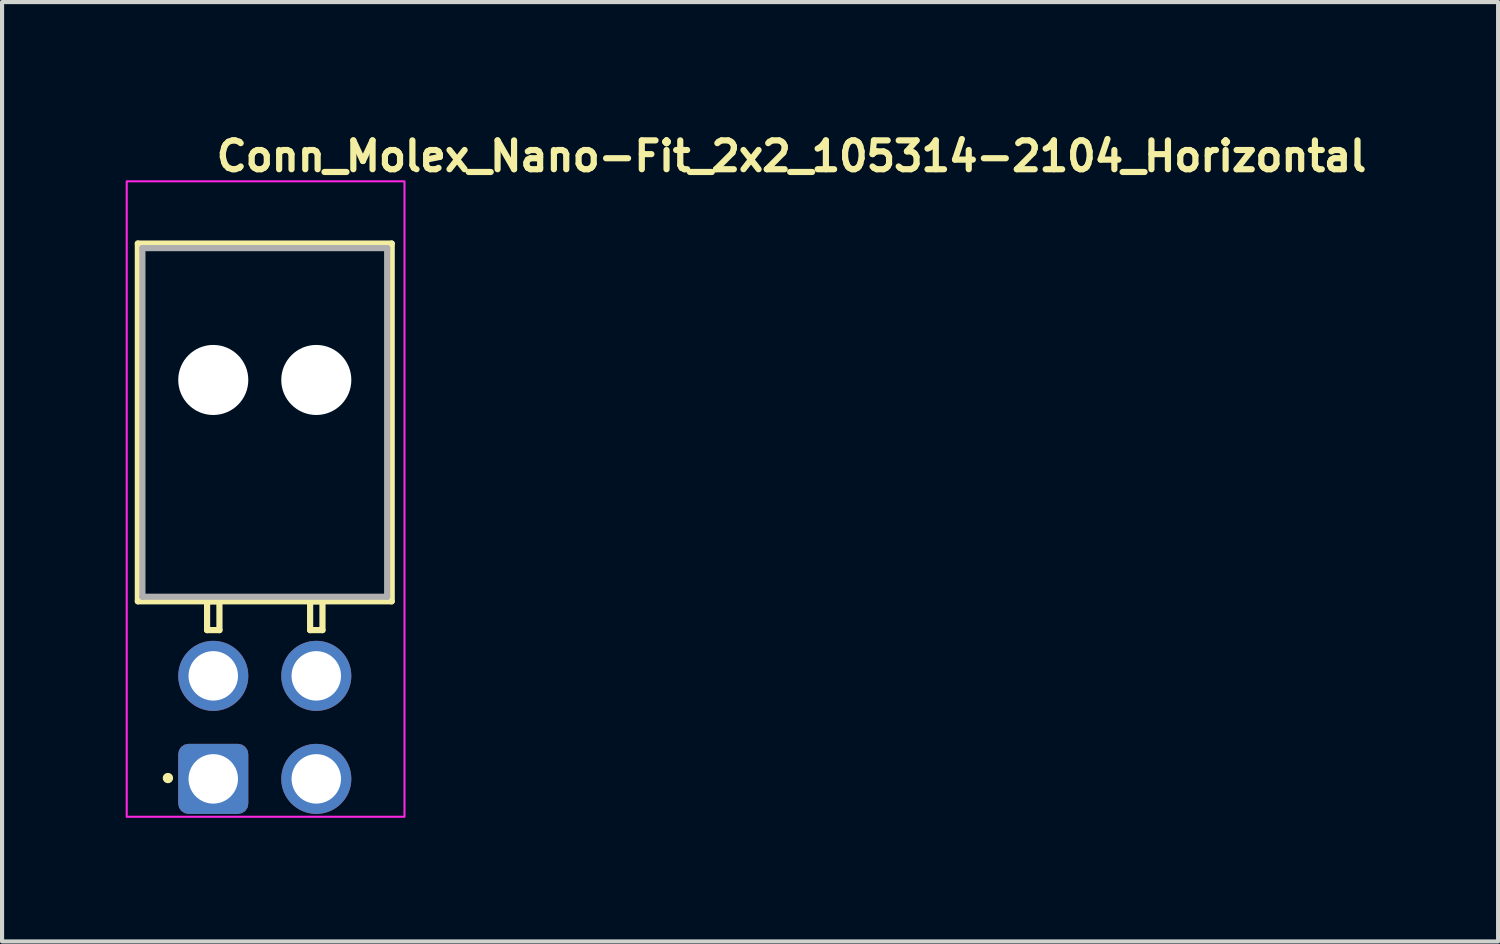
<source format=kicad_pcb>
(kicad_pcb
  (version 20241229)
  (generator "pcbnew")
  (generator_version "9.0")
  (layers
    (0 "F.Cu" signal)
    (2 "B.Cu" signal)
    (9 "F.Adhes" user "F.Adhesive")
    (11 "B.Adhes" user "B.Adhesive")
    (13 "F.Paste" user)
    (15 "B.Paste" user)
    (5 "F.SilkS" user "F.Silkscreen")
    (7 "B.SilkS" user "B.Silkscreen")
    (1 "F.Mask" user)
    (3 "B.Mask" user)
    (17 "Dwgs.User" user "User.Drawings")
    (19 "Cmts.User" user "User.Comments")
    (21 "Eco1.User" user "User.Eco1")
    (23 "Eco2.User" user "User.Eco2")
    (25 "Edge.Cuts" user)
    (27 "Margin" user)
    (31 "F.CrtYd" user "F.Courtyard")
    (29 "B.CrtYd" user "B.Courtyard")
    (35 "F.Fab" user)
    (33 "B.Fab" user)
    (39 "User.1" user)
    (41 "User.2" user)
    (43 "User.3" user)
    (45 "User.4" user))
  (footprint "Conn_Molex_Nano-Fit_2x2_105314-2104_Horizontal"
    (layer "F.Cu")
    (at 2.125 15.85)
    (property "Reference" "Conn_Molex_Nano-Fit_2x2_105314-2104_Horizontal" (at 0 -14.7 0) (layer "F.SilkS") (effects (font (size 0.7 0.7) (thickness 0.15)) (justify left bottom)))
    (attr through_hole)
    (fp_line (start -1.83 -12.99) (end -1.83 -4.309) (stroke (width 0.15) (type solid)) (layer "F.SilkS"))
    (fp_line (start -1.83 -4.309) (end 4.33 -4.309) (stroke (width 0.15) (type solid)) (layer "F.SilkS"))
    (fp_line (start -0.15 -4.309) (end -0.15 -3.61) (stroke (width 0.15) (type solid)) (layer "F.SilkS"))
    (fp_line (start -0.15 -3.61) (end 0.15 -3.61) (stroke (width 0.15) (type solid)) (layer "F.SilkS"))
    (fp_line (start 0.15 -4.309) (end -0.15 -4.309) (stroke (width 0.15) (type solid)) (layer "F.SilkS"))
    (fp_line (start 0.15 -3.61) (end 0.15 -4.309) (stroke (width 0.15) (type solid)) (layer "F.SilkS"))
    (fp_line (start 2.35 -4.309) (end 2.35 -3.61) (stroke (width 0.15) (type solid)) (layer "F.SilkS"))
    (fp_line (start 2.35 -3.61) (end 2.65 -3.61) (stroke (width 0.15) (type solid)) (layer "F.SilkS"))
    (fp_line (start 2.65 -4.309) (end 2.35 -4.309) (stroke (width 0.15) (type solid)) (layer "F.SilkS"))
    (fp_line (start 2.65 -3.61) (end 2.65 -4.309) (stroke (width 0.15) (type solid)) (layer "F.SilkS"))
    (fp_line (start 4.33 -12.99) (end -1.83 -12.99) (stroke (width 0.15) (type solid)) (layer "F.SilkS"))
    (fp_line (start 4.33 -4.309) (end 4.33 -12.99) (stroke (width 0.15) (type solid)) (layer "F.SilkS"))
    (fp_circle (center -1.1 -0.02) (end -1.05 -0.02) (stroke (width 0.15) (type solid)) (fill yes) (layer "F.SilkS"))
    (fp_rect (start 4.64 0.92) (end -2.1 -14.5) (stroke (width 0.05) (type solid)) (fill no) (layer "F.CrtYd"))
    (fp_line (start -1.72 -12.88) (end -1.72 -4.42) (stroke (width 0.15) (type solid)) (layer "F.Fab"))
    (fp_line (start -1.72 -4.42) (end 4.22 -4.42) (stroke (width 0.15) (type solid)) (layer "F.Fab"))
    (fp_line (start 4.22 -12.88) (end -1.72 -12.88) (stroke (width 0.15) (type solid)) (layer "F.Fab"))
    (fp_line (start 4.22 -4.42) (end 4.22 -12.88) (stroke (width 0.15) (type solid)) (layer "F.Fab"))
    (fp_rect (start 4.24 0.428) (end -1.7 -14.228) (stroke (width 0.1) (type solid)) (fill no) (layer "User.5"))
    (fp_line (start -1.7 -12.768) (end -1.7 -4.308) (stroke (width 0.02) (type solid)) (layer "User.9"))
    (fp_line (start -1.7 -4.308) (end 4.24 -4.308) (stroke (width 0.02) (type solid)) (layer "User.9"))
    (fp_line (start -1.33 -14.228) (end -1.129 -14.228) (stroke (width 0.02) (type solid)) (layer "User.9"))
    (fp_line (start -1.33 -12.768) (end -1.7 -12.768) (stroke (width 0.02) (type solid)) (layer "User.9"))
    (fp_line (start -1.33 -7.967) (end -1.33 -14.228) (stroke (width 0.02) (type solid)) (layer "User.9"))
    (fp_line (start -1.33 -7.967) (end -1.329 -7.958) (stroke (width 0.02) (type solid)) (layer "User.9"))
    (fp_line (start -1.33 -7.967) (end -1.129 -7.967) (stroke (width 0.02) (type solid)) (layer "User.9"))
    (fp_line (start -1.329 -7.958) (end -1.329 -7.948) (stroke (width 0.02) (type solid)) (layer "User.9"))
    (fp_line (start -1.329 -7.948) (end -1.327 -7.938) (stroke (width 0.02) (type solid)) (layer "User.9"))
    (fp_line (start -1.327 -7.938) (end -1.326 -7.929) (stroke (width 0.02) (type solid)) (layer "User.9"))
    (fp_line (start -1.326 -7.929) (end -1.323 -7.919) (stroke (width 0.02) (type solid)) (layer "User.9"))
    (fp_line (start -1.323 -7.919) (end -1.321 -7.91) (stroke (width 0.02) (type solid)) (layer "User.9"))
    (fp_line (start -1.321 -7.91) (end -1.318 -7.9) (stroke (width 0.02) (type solid)) (layer "User.9"))
    (fp_line (start -1.318 -7.9) (end -1.314 -7.892) (stroke (width 0.02) (type solid)) (layer "User.9"))
    (fp_line (start -1.314 -7.892) (end -1.31 -7.883) (stroke (width 0.02) (type solid)) (layer "User.9"))
    (fp_line (start -1.31 -7.883) (end -1.306 -7.874) (stroke (width 0.02) (type solid)) (layer "User.9"))
    (fp_line (start -1.306 -7.874) (end -1.301 -7.866) (stroke (width 0.02) (type solid)) (layer "User.9"))
    (fp_line (start -1.301 -7.866) (end -1.296 -7.857) (stroke (width 0.02) (type solid)) (layer "User.9"))
    (fp_line (start -1.296 -7.857) (end -1.29 -7.849) (stroke (width 0.02) (type solid)) (layer "User.9"))
    (fp_line (start -1.29 -7.849) (end -1.284 -7.841) (stroke (width 0.02) (type solid)) (layer "User.9"))
    (fp_line (start -1.284 -7.841) (end -1.278 -7.834) (stroke (width 0.02) (type solid)) (layer "User.9"))
    (fp_line (start -1.278 -7.834) (end -1.271 -7.827) (stroke (width 0.02) (type solid)) (layer "User.9"))
    (fp_line (start -1.271 -7.827) (end -1.271 -7.827) (stroke (width 0.02) (type solid)) (layer "User.9"))
    (fp_line (start -1.271 -7.827) (end -1.264 -7.82) (stroke (width 0.02) (type solid)) (layer "User.9"))
    (fp_line (start -1.264 -7.82) (end -1.256 -7.814) (stroke (width 0.02) (type solid)) (layer "User.9"))
    (fp_line (start -1.256 -7.814) (end -1.248 -7.807) (stroke (width 0.02) (type solid)) (layer "User.9"))
    (fp_line (start -1.248 -7.807) (end -1.24 -7.802) (stroke (width 0.02) (type solid)) (layer "User.9"))
    (fp_line (start -1.24 -7.802) (end -1.232 -7.797) (stroke (width 0.02) (type solid)) (layer "User.9"))
    (fp_line (start -1.232 -7.797) (end -1.224 -7.792) (stroke (width 0.02) (type solid)) (layer "User.9"))
    (fp_line (start -1.224 -7.792) (end -1.215 -7.787) (stroke (width 0.02) (type solid)) (layer "User.9"))
    (fp_line (start -1.215 -7.787) (end -1.206 -7.783) (stroke (width 0.02) (type solid)) (layer "User.9"))
    (fp_line (start -1.206 -7.783) (end -1.197 -7.78) (stroke (width 0.02) (type solid)) (layer "User.9"))
    (fp_line (start -1.197 -7.78) (end -1.188 -7.777) (stroke (width 0.02) (type solid)) (layer "User.9"))
    (fp_line (start -1.188 -7.777) (end -1.178 -7.774) (stroke (width 0.02) (type solid)) (layer "User.9"))
    (fp_line (start -1.178 -7.774) (end -1.169 -7.772) (stroke (width 0.02) (type solid)) (layer "User.9"))
    (fp_line (start -1.169 -7.772) (end -1.159 -7.77) (stroke (width 0.02) (type solid)) (layer "User.9"))
    (fp_line (start -1.159 -7.77) (end -1.149 -7.769) (stroke (width 0.02) (type solid)) (layer "User.9"))
    (fp_line (start -1.149 -7.769) (end -1.139 -7.768) (stroke (width 0.02) (type solid)) (layer "User.9"))
    (fp_line (start -1.139 -7.768) (end -1.129 -7.768) (stroke (width 0.02) (type solid)) (layer "User.9"))
    (fp_line (start -0.297 -0.506) (end -0.297 -4.308) (stroke (width 0.02) (type solid)) (layer "User.9"))
    (fp_line (start -0.297 0.154) (end -0.297 -0.506) (stroke (width 0.02) (type solid)) (layer "User.9"))
    (fp_line (start -0.297 0.154) (end -0.297 0.154) (stroke (width 0.02) (type solid)) (layer "User.9"))
    (fp_line (start -0.297 0.224) (end -0.297 0.154) (stroke (width 0.02) (type solid)) (layer "User.9"))
    (fp_line (start -0.297 0.224) (end -0.297 0.224) (stroke (width 0.02) (type solid)) (layer "User.9"))
    (fp_line (start -0.297 0.285) (end -0.297 0.224) (stroke (width 0.02) (type solid)) (layer "User.9"))
    (fp_line (start -0.297 0.285) (end -0.297 0.285) (stroke (width 0.02) (type solid)) (layer "User.9"))
    (fp_line (start -0.297 0.336) (end -0.297 0.285) (stroke (width 0.02) (type solid)) (layer "User.9"))
    (fp_line (start -0.297 0.336) (end -0.297 0.336) (stroke (width 0.02) (type solid)) (layer "User.9"))
    (fp_line (start -0.297 0.376) (end -0.297 0.336) (stroke (width 0.02) (type solid)) (layer "User.9"))
    (fp_line (start -0.297 0.376) (end -0.297 0.376) (stroke (width 0.02) (type solid)) (layer "User.9"))
    (fp_line (start -0.297 0.405) (end -0.297 0.376) (stroke (width 0.02) (type solid)) (layer "User.9"))
    (fp_line (start -0.297 0.405) (end -0.297 0.405) (stroke (width 0.02) (type solid)) (layer "User.9"))
    (fp_line (start -0.297 0.422) (end -0.297 0.405) (stroke (width 0.02) (type solid)) (layer "User.9"))
    (fp_line (start -0.297 0.422) (end -0.297 0.422) (stroke (width 0.02) (type solid)) (layer "User.9"))
    (fp_line (start -0.297 0.428) (end -0.297 0.422) (stroke (width 0.02) (type solid)) (layer "User.9"))
    (fp_line (start 0.12 -12.651) (end 0.12 -12.638) (stroke (width 0.02) (type solid)) (layer "User.9"))
    (fp_line (start 0.12 -7.967) (end 0.12 -12.638) (stroke (width 0.02) (type solid)) (layer "User.9"))
    (fp_line (start 0.12 -7.768) (end -1.129 -7.768) (stroke (width 0.02) (type solid)) (layer "User.9"))
    (fp_line (start 0.12 -7.768) (end 0.12 -7.967) (stroke (width 0.02) (type solid)) (layer "User.9"))
    (fp_line (start 0.121 -12.663) (end 0.12 -12.651) (stroke (width 0.02) (type solid)) (layer "User.9"))
    (fp_line (start 0.122 -12.675) (end 0.121 -12.663) (stroke (width 0.02) (type solid)) (layer "User.9"))
    (fp_line (start 0.124 -12.687) (end 0.122 -12.675) (stroke (width 0.02) (type solid)) (layer "User.9"))
    (fp_line (start 0.127 -12.699) (end 0.124 -12.687) (stroke (width 0.02) (type solid)) (layer "User.9"))
    (fp_line (start 0.13 -12.711) (end 0.127 -12.699) (stroke (width 0.02) (type solid)) (layer "User.9"))
    (fp_line (start 0.134 -12.722) (end 0.13 -12.711) (stroke (width 0.02) (type solid)) (layer "User.9"))
    (fp_line (start 0.139 -12.734) (end 0.134 -12.722) (stroke (width 0.02) (type solid)) (layer "User.9"))
    (fp_line (start 0.143 -12.745) (end 0.139 -12.734) (stroke (width 0.02) (type solid)) (layer "User.9"))
    (fp_line (start 0.149 -12.756) (end 0.143 -12.745) (stroke (width 0.02) (type solid)) (layer "User.9"))
    (fp_line (start 0.155 -12.767) (end 0.149 -12.756) (stroke (width 0.02) (type solid)) (layer "User.9"))
    (fp_line (start 0.162 -12.777) (end 0.155 -12.767) (stroke (width 0.02) (type solid)) (layer "User.9"))
    (fp_line (start 0.169 -12.787) (end 0.162 -12.777) (stroke (width 0.02) (type solid)) (layer "User.9"))
    (fp_line (start 0.176 -12.797) (end 0.169 -12.787) (stroke (width 0.02) (type solid)) (layer "User.9"))
    (fp_line (start 0.184 -12.806) (end 0.176 -12.797) (stroke (width 0.02) (type solid)) (layer "User.9"))
    (fp_line (start 0.193 -12.815) (end 0.184 -12.806) (stroke (width 0.02) (type solid)) (layer "User.9"))
    (fp_line (start 0.193 -12.815) (end 0.193 -12.815) (stroke (width 0.02) (type solid)) (layer "User.9"))
    (fp_line (start 0.202 -12.824) (end 0.193 -12.815) (stroke (width 0.02) (type solid)) (layer "User.9"))
    (fp_line (start 0.211 -12.832) (end 0.202 -12.824) (stroke (width 0.02) (type solid)) (layer "User.9"))
    (fp_line (start 0.221 -12.839) (end 0.211 -12.832) (stroke (width 0.02) (type solid)) (layer "User.9"))
    (fp_line (start 0.231 -12.846) (end 0.221 -12.839) (stroke (width 0.02) (type solid)) (layer "User.9"))
    (fp_line (start 0.241 -12.853) (end 0.231 -12.846) (stroke (width 0.02) (type solid)) (layer "User.9"))
    (fp_line (start 0.252 -12.859) (end 0.241 -12.853) (stroke (width 0.02) (type solid)) (layer "User.9"))
    (fp_line (start 0.263 -12.864) (end 0.252 -12.859) (stroke (width 0.02) (type solid)) (layer "User.9"))
    (fp_line (start 0.274 -12.869) (end 0.263 -12.864) (stroke (width 0.02) (type solid)) (layer "User.9"))
    (fp_line (start 0.285 -12.874) (end 0.274 -12.869) (stroke (width 0.02) (type solid)) (layer "User.9"))
    (fp_line (start 0.297 -12.877) (end 0.285 -12.874) (stroke (width 0.02) (type solid)) (layer "User.9"))
    (fp_line (start 0.309 -12.881) (end 0.297 -12.877) (stroke (width 0.02) (type solid)) (layer "User.9"))
    (fp_line (start 0.321 -12.883) (end 0.309 -12.881) (stroke (width 0.02) (type solid)) (layer "User.9"))
    (fp_line (start 0.333 -12.885) (end 0.321 -12.883) (stroke (width 0.02) (type solid)) (layer "User.9"))
    (fp_line (start 0.337 -0.506) (end 0.337 -4.308) (stroke (width 0.02) (type solid)) (layer "User.9"))
    (fp_line (start 0.337 0.154) (end 0.337 -0.506) (stroke (width 0.02) (type solid)) (layer "User.9"))
    (fp_line (start 0.337 0.154) (end 0.337 0.154) (stroke (width 0.02) (type solid)) (layer "User.9"))
    (fp_line (start 0.337 0.224) (end 0.337 0.154) (stroke (width 0.02) (type solid)) (layer "User.9"))
    (fp_line (start 0.337 0.224) (end 0.337 0.224) (stroke (width 0.02) (type solid)) (layer "User.9"))
    (fp_line (start 0.337 0.285) (end 0.337 0.224) (stroke (width 0.02) (type solid)) (layer "User.9"))
    (fp_line (start 0.337 0.285) (end 0.337 0.285) (stroke (width 0.02) (type solid)) (layer "User.9"))
    (fp_line (start 0.337 0.336) (end 0.337 0.285) (stroke (width 0.02) (type solid)) (layer "User.9"))
    (fp_line (start 0.337 0.336) (end 0.337 0.336) (stroke (width 0.02) (type solid)) (layer "User.9"))
    (fp_line (start 0.337 0.376) (end 0.337 0.336) (stroke (width 0.02) (type solid)) (layer "User.9"))
    (fp_line (start 0.337 0.376) (end 0.337 0.376) (stroke (width 0.02) (type solid)) (layer "User.9"))
    (fp_line (start 0.337 0.405) (end 0.337 0.376) (stroke (width 0.02) (type solid)) (layer "User.9"))
    (fp_line (start 0.337 0.405) (end 0.337 0.405) (stroke (width 0.02) (type solid)) (layer "User.9"))
    (fp_line (start 0.337 0.422) (end 0.337 0.405) (stroke (width 0.02) (type solid)) (layer "User.9"))
    (fp_line (start 0.337 0.422) (end 0.337 0.422) (stroke (width 0.02) (type solid)) (layer "User.9"))
    (fp_line (start 0.337 0.428) (end -0.297 0.428) (stroke (width 0.02) (type solid)) (layer "User.9"))
    (fp_line (start 0.337 0.428) (end 0.337 0.422) (stroke (width 0.02) (type solid)) (layer "User.9"))
    (fp_line (start 0.345 -12.887) (end 0.333 -12.885) (stroke (width 0.02) (type solid)) (layer "User.9"))
    (fp_line (start 0.357 -12.888) (end 0.345 -12.887) (stroke (width 0.02) (type solid)) (layer "User.9"))
    (fp_line (start 0.37 -12.888) (end 0.357 -12.888) (stroke (width 0.02) (type solid)) (layer "User.9"))
    (fp_line (start 2.17 -12.888) (end 0.37 -12.888) (stroke (width 0.02) (type solid)) (layer "User.9"))
    (fp_line (start 2.182 -12.888) (end 2.17 -12.888) (stroke (width 0.02) (type solid)) (layer "User.9"))
    (fp_line (start 2.194 -12.887) (end 2.182 -12.888) (stroke (width 0.02) (type solid)) (layer "User.9"))
    (fp_line (start 2.202 -0.506) (end 2.202 -4.308) (stroke (width 0.02) (type solid)) (layer "User.9"))
    (fp_line (start 2.202 0.154) (end 2.202 -0.506) (stroke (width 0.02) (type solid)) (layer "User.9"))
    (fp_line (start 2.202 0.154) (end 2.202 0.154) (stroke (width 0.02) (type solid)) (layer "User.9"))
    (fp_line (start 2.202 0.224) (end 2.202 0.154) (stroke (width 0.02) (type solid)) (layer "User.9"))
    (fp_line (start 2.202 0.224) (end 2.202 0.224) (stroke (width 0.02) (type solid)) (layer "User.9"))
    (fp_line (start 2.202 0.285) (end 2.202 0.224) (stroke (width 0.02) (type solid)) (layer "User.9"))
    (fp_line (start 2.202 0.285) (end 2.202 0.285) (stroke (width 0.02) (type solid)) (layer "User.9"))
    (fp_line (start 2.202 0.336) (end 2.202 0.285) (stroke (width 0.02) (type solid)) (layer "User.9"))
    (fp_line (start 2.202 0.336) (end 2.202 0.336) (stroke (width 0.02) (type solid)) (layer "User.9"))
    (fp_line (start 2.202 0.376) (end 2.202 0.336) (stroke (width 0.02) (type solid)) (layer "User.9"))
    (fp_line (start 2.202 0.376) (end 2.202 0.376) (stroke (width 0.02) (type solid)) (layer "User.9"))
    (fp_line (start 2.202 0.405) (end 2.202 0.376) (stroke (width 0.02) (type solid)) (layer "User.9"))
    (fp_line (start 2.202 0.405) (end 2.202 0.405) (stroke (width 0.02) (type solid)) (layer "User.9"))
    (fp_line (start 2.202 0.422) (end 2.202 0.405) (stroke (width 0.02) (type solid)) (layer "User.9"))
    (fp_line (start 2.202 0.422) (end 2.202 0.422) (stroke (width 0.02) (type solid)) (layer "User.9"))
    (fp_line (start 2.202 0.428) (end 2.202 0.422) (stroke (width 0.02) (type solid)) (layer "User.9"))
    (fp_line (start 2.206 -12.885) (end 2.194 -12.887) (stroke (width 0.02) (type solid)) (layer "User.9"))
    (fp_line (start 2.219 -12.883) (end 2.206 -12.885) (stroke (width 0.02) (type solid)) (layer "User.9"))
    (fp_line (start 2.23 -12.881) (end 2.219 -12.883) (stroke (width 0.02) (type solid)) (layer "User.9"))
    (fp_line (start 2.242 -12.877) (end 2.23 -12.881) (stroke (width 0.02) (type solid)) (layer "User.9"))
    (fp_line (start 2.254 -12.874) (end 2.242 -12.877) (stroke (width 0.02) (type solid)) (layer "User.9"))
    (fp_line (start 2.265 -12.869) (end 2.254 -12.874) (stroke (width 0.02) (type solid)) (layer "User.9"))
    (fp_line (start 2.276 -12.864) (end 2.265 -12.869) (stroke (width 0.02) (type solid)) (layer "User.9"))
    (fp_line (start 2.287 -12.859) (end 2.276 -12.864) (stroke (width 0.02) (type solid)) (layer "User.9"))
    (fp_line (start 2.298 -12.853) (end 2.287 -12.859) (stroke (width 0.02) (type solid)) (layer "User.9"))
    (fp_line (start 2.308 -12.846) (end 2.298 -12.853) (stroke (width 0.02) (type solid)) (layer "User.9"))
    (fp_line (start 2.318 -12.839) (end 2.308 -12.846) (stroke (width 0.02) (type solid)) (layer "User.9"))
    (fp_line (start 2.328 -12.832) (end 2.318 -12.839) (stroke (width 0.02) (type solid)) (layer "User.9"))
    (fp_line (start 2.337 -12.824) (end 2.328 -12.832) (stroke (width 0.02) (type solid)) (layer "User.9"))
    (fp_line (start 2.346 -12.815) (end 2.337 -12.824) (stroke (width 0.02) (type solid)) (layer "User.9"))
    (fp_line (start 2.346 -12.815) (end 2.346 -12.815) (stroke (width 0.02) (type solid)) (layer "User.9"))
    (fp_line (start 2.355 -12.806) (end 2.346 -12.815) (stroke (width 0.02) (type solid)) (layer "User.9"))
    (fp_line (start 2.363 -12.797) (end 2.355 -12.806) (stroke (width 0.02) (type solid)) (layer "User.9"))
    (fp_line (start 2.37 -12.787) (end 2.363 -12.797) (stroke (width 0.02) (type solid)) (layer "User.9"))
    (fp_line (start 2.377 -12.777) (end 2.37 -12.787) (stroke (width 0.02) (type solid)) (layer "User.9"))
    (fp_line (start 2.383 -12.768) (end 0.156 -12.768) (stroke (width 0.02) (type solid)) (layer "User.9"))
    (fp_line (start 2.384 -12.767) (end 2.377 -12.777) (stroke (width 0.02) (type solid)) (layer "User.9"))
    (fp_line (start 2.39 -12.756) (end 2.384 -12.767) (stroke (width 0.02) (type solid)) (layer "User.9"))
    (fp_line (start 2.396 -12.745) (end 2.39 -12.756) (stroke (width 0.02) (type solid)) (layer "User.9"))
    (fp_line (start 2.4 -12.734) (end 2.396 -12.745) (stroke (width 0.02) (type solid)) (layer "User.9"))
    (fp_line (start 2.405 -12.722) (end 2.4 -12.734) (stroke (width 0.02) (type solid)) (layer "User.9"))
    (fp_line (start 2.409 -12.711) (end 2.405 -12.722) (stroke (width 0.02) (type solid)) (layer "User.9"))
    (fp_line (start 2.412 -12.699) (end 2.409 -12.711) (stroke (width 0.02) (type solid)) (layer "User.9"))
    (fp_line (start 2.415 -12.687) (end 2.412 -12.699) (stroke (width 0.02) (type solid)) (layer "User.9"))
    (fp_line (start 2.417 -12.675) (end 2.415 -12.687) (stroke (width 0.02) (type solid)) (layer "User.9"))
    (fp_line (start 2.418 -12.663) (end 2.417 -12.675) (stroke (width 0.02) (type solid)) (layer "User.9"))
    (fp_line (start 2.419 -12.651) (end 2.418 -12.663) (stroke (width 0.02) (type solid)) (layer "User.9"))
    (fp_line (start 2.42 -12.638) (end 2.419 -12.651) (stroke (width 0.02) (type solid)) (layer "User.9"))
    (fp_line (start 2.42 -8.228) (end 0.12 -8.228) (stroke (width 0.02) (type solid)) (layer "User.9"))
    (fp_line (start 2.42 -7.967) (end 2.42 -12.638) (stroke (width 0.02) (type solid)) (layer "User.9"))
    (fp_line (start 2.42 -7.768) (end 0.12 -7.768) (stroke (width 0.02) (type solid)) (layer "User.9"))
    (fp_line (start 2.42 -7.768) (end 2.42 -7.967) (stroke (width 0.02) (type solid)) (layer "User.9"))
    (fp_line (start 2.837 -0.506) (end 2.837 -4.308) (stroke (width 0.02) (type solid)) (layer "User.9"))
    (fp_line (start 2.837 0.154) (end 2.837 -0.506) (stroke (width 0.02) (type solid)) (layer "User.9"))
    (fp_line (start 2.837 0.154) (end 2.837 0.154) (stroke (width 0.02) (type solid)) (layer "User.9"))
    (fp_line (start 2.837 0.224) (end 2.837 0.154) (stroke (width 0.02) (type solid)) (layer "User.9"))
    (fp_line (start 2.837 0.224) (end 2.837 0.224) (stroke (width 0.02) (type solid)) (layer "User.9"))
    (fp_line (start 2.837 0.285) (end 2.837 0.224) (stroke (width 0.02) (type solid)) (layer "User.9"))
    (fp_line (start 2.837 0.285) (end 2.837 0.285) (stroke (width 0.02) (type solid)) (layer "User.9"))
    (fp_line (start 2.837 0.336) (end 2.837 0.285) (stroke (width 0.02) (type solid)) (layer "User.9"))
    (fp_line (start 2.837 0.336) (end 2.837 0.336) (stroke (width 0.02) (type solid)) (layer "User.9"))
    (fp_line (start 2.837 0.376) (end 2.837 0.336) (stroke (width 0.02) (type solid)) (layer "User.9"))
    (fp_line (start 2.837 0.376) (end 2.837 0.376) (stroke (width 0.02) (type solid)) (layer "User.9"))
    (fp_line (start 2.837 0.405) (end 2.837 0.376) (stroke (width 0.02) (type solid)) (layer "User.9"))
    (fp_line (start 2.837 0.405) (end 2.837 0.405) (stroke (width 0.02) (type solid)) (layer "User.9"))
    (fp_line (start 2.837 0.422) (end 2.837 0.405) (stroke (width 0.02) (type solid)) (layer "User.9"))
    (fp_line (start 2.837 0.422) (end 2.837 0.422) (stroke (width 0.02) (type solid)) (layer "User.9"))
    (fp_line (start 2.837 0.428) (end 2.202 0.428) (stroke (width 0.02) (type solid)) (layer "User.9"))
    (fp_line (start 2.837 0.428) (end 2.837 0.422) (stroke (width 0.02) (type solid)) (layer "User.9"))
    (fp_line (start 3.67 -14.228) (end -1.129 -14.228) (stroke (width 0.02) (type solid)) (layer "User.9"))
    (fp_line (start 3.67 -14.228) (end 3.87 -14.228) (stroke (width 0.02) (type solid)) (layer "User.9"))
    (fp_line (start 3.67 -7.768) (end 2.42 -7.768) (stroke (width 0.02) (type solid)) (layer "User.9"))
    (fp_line (start 3.679 -7.768) (end 3.67 -7.768) (stroke (width 0.02) (type solid)) (layer "User.9"))
    (fp_line (start 3.679 -7.768) (end 3.67 -7.768) (stroke (width 0.02) (type solid)) (layer "User.9"))
    (fp_line (start 3.689 -7.769) (end 3.679 -7.768) (stroke (width 0.02) (type solid)) (layer "User.9"))
    (fp_line (start 3.689 -7.769) (end 3.679 -7.768) (stroke (width 0.02) (type solid)) (layer "User.9"))
    (fp_line (start 3.699 -7.77) (end 3.689 -7.769) (stroke (width 0.02) (type solid)) (layer "User.9"))
    (fp_line (start 3.699 -7.77) (end 3.689 -7.769) (stroke (width 0.02) (type solid)) (layer "User.9"))
    (fp_line (start 3.709 -7.772) (end 3.699 -7.77) (stroke (width 0.02) (type solid)) (layer "User.9"))
    (fp_line (start 3.709 -7.772) (end 3.699 -7.77) (stroke (width 0.02) (type solid)) (layer "User.9"))
    (fp_line (start 3.718 -7.774) (end 3.709 -7.772) (stroke (width 0.02) (type solid)) (layer "User.9"))
    (fp_line (start 3.718 -7.774) (end 3.709 -7.772) (stroke (width 0.02) (type solid)) (layer "User.9"))
    (fp_line (start 3.728 -7.777) (end 3.718 -7.774) (stroke (width 0.02) (type solid)) (layer "User.9"))
    (fp_line (start 3.728 -7.777) (end 3.718 -7.774) (stroke (width 0.02) (type solid)) (layer "User.9"))
    (fp_line (start 3.737 -7.78) (end 3.728 -7.777) (stroke (width 0.02) (type solid)) (layer "User.9"))
    (fp_line (start 3.737 -7.78) (end 3.728 -7.777) (stroke (width 0.02) (type solid)) (layer "User.9"))
    (fp_line (start 3.746 -7.783) (end 3.737 -7.78) (stroke (width 0.02) (type solid)) (layer "User.9"))
    (fp_line (start 3.746 -7.783) (end 3.737 -7.78) (stroke (width 0.02) (type solid)) (layer "User.9"))
    (fp_line (start 3.755 -7.787) (end 3.746 -7.783) (stroke (width 0.02) (type solid)) (layer "User.9"))
    (fp_line (start 3.755 -7.787) (end 3.746 -7.783) (stroke (width 0.02) (type solid)) (layer "User.9"))
    (fp_line (start 3.764 -7.792) (end 3.755 -7.787) (stroke (width 0.02) (type solid)) (layer "User.9"))
    (fp_line (start 3.764 -7.792) (end 3.755 -7.787) (stroke (width 0.02) (type solid)) (layer "User.9"))
    (fp_line (start 3.772 -7.797) (end 3.764 -7.792) (stroke (width 0.02) (type solid)) (layer "User.9"))
    (fp_line (start 3.772 -7.797) (end 3.764 -7.792) (stroke (width 0.02) (type solid)) (layer "User.9"))
    (fp_line (start 3.78 -7.802) (end 3.772 -7.797) (stroke (width 0.02) (type solid)) (layer "User.9"))
    (fp_line (start 3.78 -7.802) (end 3.772 -7.797) (stroke (width 0.02) (type solid)) (layer "User.9"))
    (fp_line (start 3.788 -7.807) (end 3.78 -7.802) (stroke (width 0.02) (type solid)) (layer "User.9"))
    (fp_line (start 3.788 -7.807) (end 3.78 -7.802) (stroke (width 0.02) (type solid)) (layer "User.9"))
    (fp_line (start 3.796 -7.814) (end 3.788 -7.807) (stroke (width 0.02) (type solid)) (layer "User.9"))
    (fp_line (start 3.796 -7.814) (end 3.788 -7.807) (stroke (width 0.02) (type solid)) (layer "User.9"))
    (fp_line (start 3.804 -7.82) (end 3.796 -7.814) (stroke (width 0.02) (type solid)) (layer "User.9"))
    (fp_line (start 3.804 -7.82) (end 3.796 -7.814) (stroke (width 0.02) (type solid)) (layer "User.9"))
    (fp_line (start 3.811 -7.827) (end 3.804 -7.82) (stroke (width 0.02) (type solid)) (layer "User.9"))
    (fp_line (start 3.811 -7.827) (end 3.804 -7.82) (stroke (width 0.02) (type solid)) (layer "User.9"))
    (fp_line (start 3.811 -7.827) (end 3.811 -7.827) (stroke (width 0.02) (type solid)) (layer "User.9"))
    (fp_line (start 3.811 -7.827) (end 3.811 -7.827) (stroke (width 0.02) (type solid)) (layer "User.9"))
    (fp_line (start 3.818 -7.834) (end 3.811 -7.827) (stroke (width 0.02) (type solid)) (layer "User.9"))
    (fp_line (start 3.818 -7.834) (end 3.811 -7.827) (stroke (width 0.02) (type solid)) (layer "User.9"))
    (fp_line (start 3.824 -7.841) (end 3.818 -7.834) (stroke (width 0.02) (type solid)) (layer "User.9"))
    (fp_line (start 3.824 -7.841) (end 3.818 -7.834) (stroke (width 0.02) (type solid)) (layer "User.9"))
    (fp_line (start 3.83 -7.849) (end 3.824 -7.841) (stroke (width 0.02) (type solid)) (layer "User.9"))
    (fp_line (start 3.83 -7.849) (end 3.824 -7.841) (stroke (width 0.02) (type solid)) (layer "User.9"))
    (fp_line (start 3.836 -7.857) (end 3.83 -7.849) (stroke (width 0.02) (type solid)) (layer "User.9"))
    (fp_line (start 3.836 -7.857) (end 3.83 -7.849) (stroke (width 0.02) (type solid)) (layer "User.9"))
    (fp_line (start 3.841 -7.866) (end 3.836 -7.857) (stroke (width 0.02) (type solid)) (layer "User.9"))
    (fp_line (start 3.841 -7.866) (end 3.836 -7.857) (stroke (width 0.02) (type solid)) (layer "User.9"))
    (fp_line (start 3.846 -7.874) (end 3.841 -7.866) (stroke (width 0.02) (type solid)) (layer "User.9"))
    (fp_line (start 3.846 -7.874) (end 3.841 -7.866) (stroke (width 0.02) (type solid)) (layer "User.9"))
    (fp_line (start 3.85 -7.883) (end 3.846 -7.874) (stroke (width 0.02) (type solid)) (layer "User.9"))
    (fp_line (start 3.85 -7.883) (end 3.846 -7.874) (stroke (width 0.02) (type solid)) (layer "User.9"))
    (fp_line (start 3.854 -7.892) (end 3.85 -7.883) (stroke (width 0.02) (type solid)) (layer "User.9"))
    (fp_line (start 3.854 -7.892) (end 3.85 -7.883) (stroke (width 0.02) (type solid)) (layer "User.9"))
    (fp_line (start 3.858 -7.9) (end 3.854 -7.892) (stroke (width 0.02) (type solid)) (layer "User.9"))
    (fp_line (start 3.858 -7.9) (end 3.854 -7.892) (stroke (width 0.02) (type solid)) (layer "User.9"))
    (fp_line (start 3.861 -7.91) (end 3.858 -7.9) (stroke (width 0.02) (type solid)) (layer "User.9"))
    (fp_line (start 3.861 -7.91) (end 3.858 -7.9) (stroke (width 0.02) (type solid)) (layer "User.9"))
    (fp_line (start 3.863 -7.919) (end 3.861 -7.91) (stroke (width 0.02) (type solid)) (layer "User.9"))
    (fp_line (start 3.863 -7.919) (end 3.861 -7.91) (stroke (width 0.02) (type solid)) (layer "User.9"))
    (fp_line (start 3.866 -7.929) (end 3.863 -7.919) (stroke (width 0.02) (type solid)) (layer "User.9"))
    (fp_line (start 3.866 -7.929) (end 3.863 -7.919) (stroke (width 0.02) (type solid)) (layer "User.9"))
    (fp_line (start 3.867 -7.938) (end 3.866 -7.929) (stroke (width 0.02) (type solid)) (layer "User.9"))
    (fp_line (start 3.867 -7.938) (end 3.866 -7.929) (stroke (width 0.02) (type solid)) (layer "User.9"))
    (fp_line (start 3.869 -7.958) (end 3.869 -7.948) (stroke (width 0.02) (type solid)) (layer "User.9"))
    (fp_line (start 3.869 -7.958) (end 3.869 -7.948) (stroke (width 0.02) (type solid)) (layer "User.9"))
    (fp_line (start 3.869 -7.948) (end 3.867 -7.938) (stroke (width 0.02) (type solid)) (layer "User.9"))
    (fp_line (start 3.869 -7.948) (end 3.867 -7.938) (stroke (width 0.02) (type solid)) (layer "User.9"))
    (fp_line (start 3.87 -14.228) (end 3.87 -7.967) (stroke (width 0.02) (type solid)) (layer "User.9"))
    (fp_line (start 3.87 -7.967) (end 3.67 -7.967) (stroke (width 0.02) (type solid)) (layer "User.9"))
    (fp_line (start 3.87 -7.967) (end 3.869 -7.958) (stroke (width 0.02) (type solid)) (layer "User.9"))
    (fp_line (start 3.87 -7.967) (end 3.869 -7.958) (stroke (width 0.02) (type solid)) (layer "User.9"))
    (fp_line (start 4.24 -12.768) (end 3.87 -12.768) (stroke (width 0.02) (type solid)) (layer "User.9"))
    (fp_line (start 4.24 -4.308) (end 4.24 -12.768) (stroke (width 0.02) (type solid)) (layer "User.9"))
    (pad "" np_thru_hole circle (at 0 -9.68 90) (size 1.7 1.7) (drill 1.7) (layers "*.Cu" "*.Mask"))
    (pad "" np_thru_hole circle (at 2.5 -9.68 90) (size 1.7 1.7) (drill 1.7) (layers "*.Cu" "*.Mask"))
    (pad "1" thru_hole roundrect (at 0 0 90) (size 1.7 1.7) (drill 1.2) (layers "*.Cu" "*.Mask") (roundrect_rratio 0.147))
    (pad "2" thru_hole circle (at 2.5 0 90) (size 1.7 1.7) (drill 1.2) (layers "*.Cu" "*.Mask"))
    (pad "3" thru_hole circle (at 0 -2.5 90) (size 1.7 1.7) (drill 1.2) (layers "*.Cu" "*.Mask"))
    (pad "4" thru_hole circle (at 2.5 -2.5 90) (size 1.7 1.7) (drill 1.2) (layers "*.Cu" "*.Mask")))
  (gr_rect
    (start -3 -3)
    (end 33.302 19.795)
    (stroke (width 0.1) (type default))
    (fill no)
    (layer "Edge.Cuts")))
</source>
